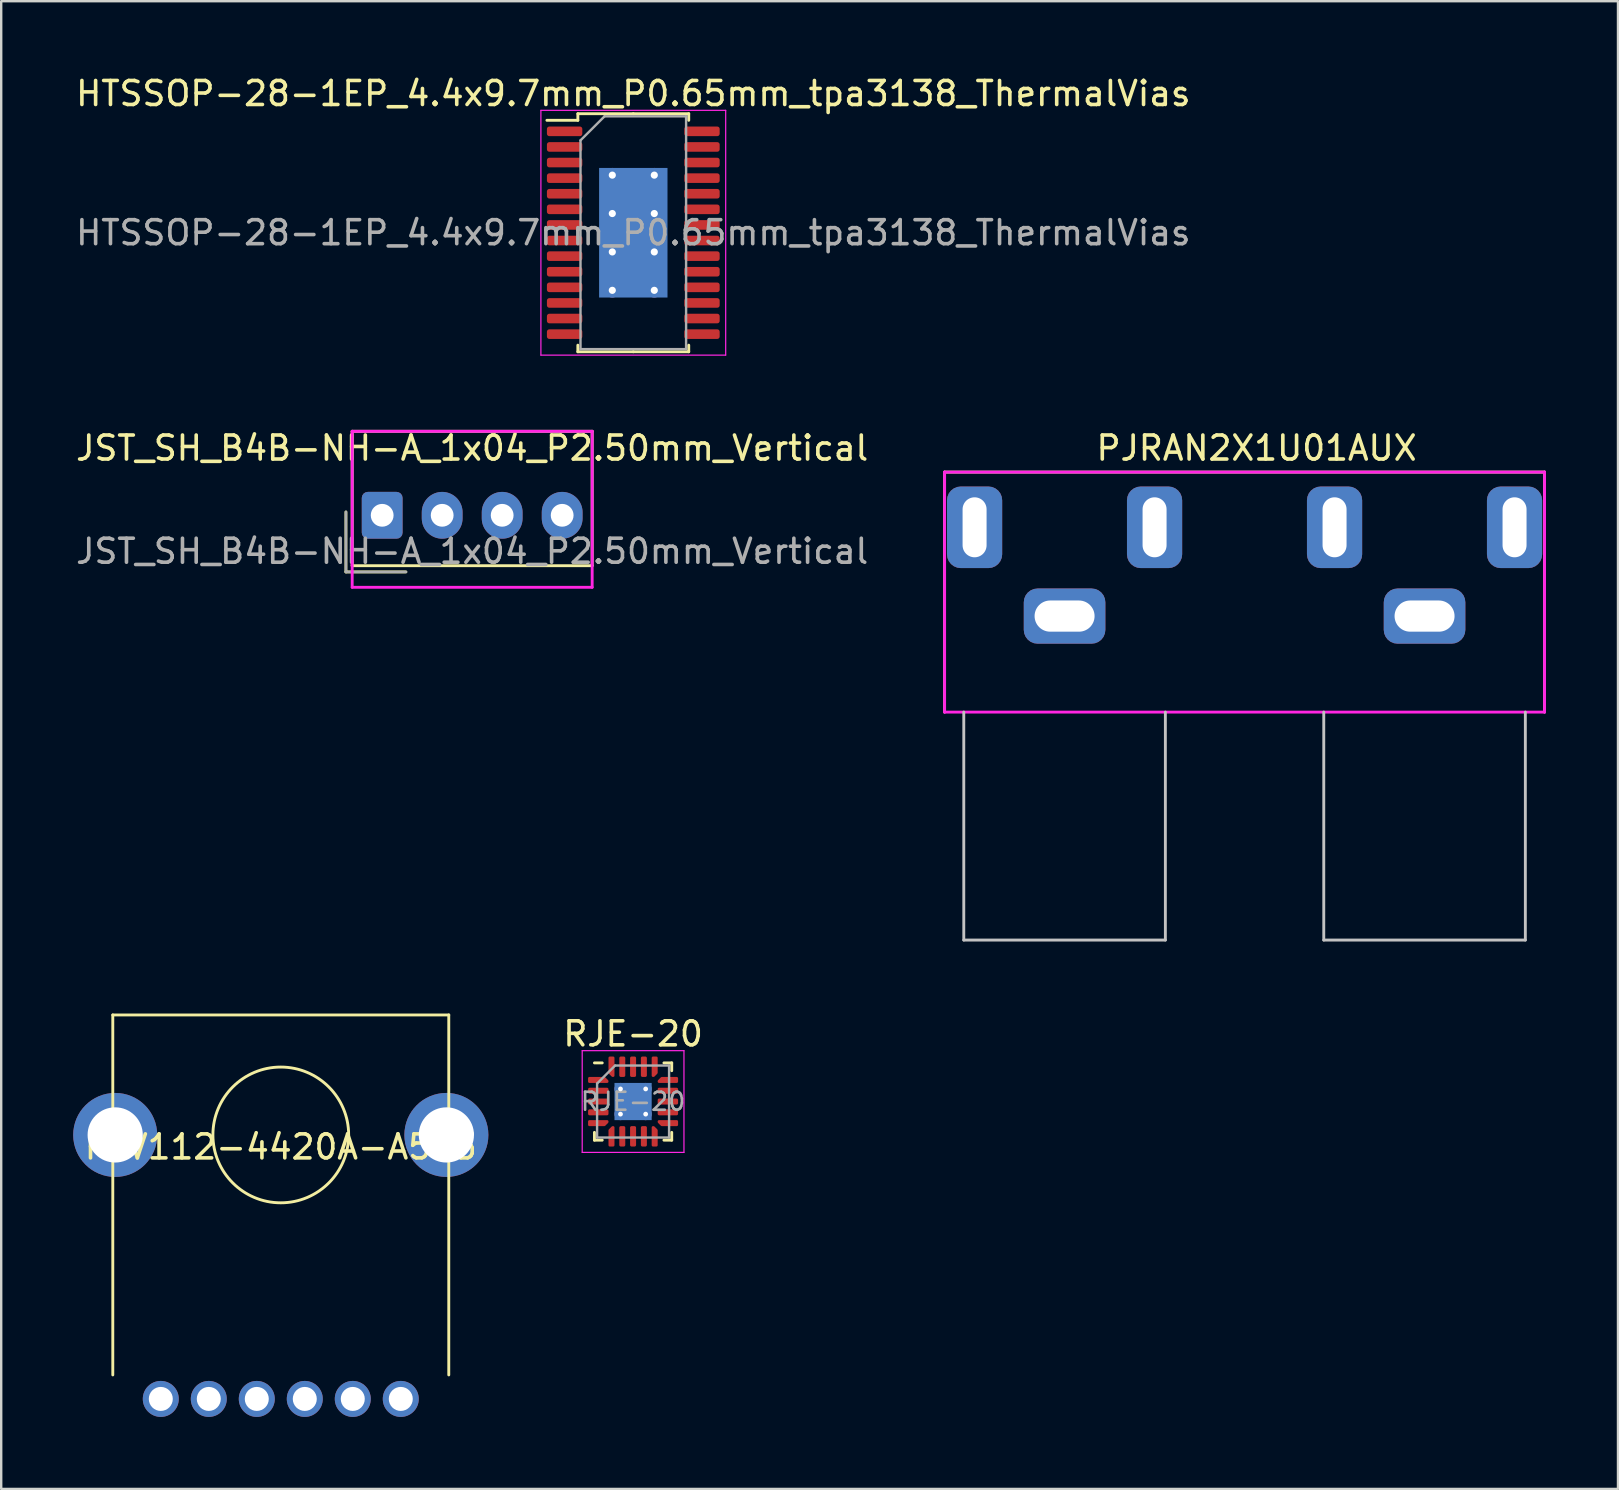
<source format=kicad_pcb>
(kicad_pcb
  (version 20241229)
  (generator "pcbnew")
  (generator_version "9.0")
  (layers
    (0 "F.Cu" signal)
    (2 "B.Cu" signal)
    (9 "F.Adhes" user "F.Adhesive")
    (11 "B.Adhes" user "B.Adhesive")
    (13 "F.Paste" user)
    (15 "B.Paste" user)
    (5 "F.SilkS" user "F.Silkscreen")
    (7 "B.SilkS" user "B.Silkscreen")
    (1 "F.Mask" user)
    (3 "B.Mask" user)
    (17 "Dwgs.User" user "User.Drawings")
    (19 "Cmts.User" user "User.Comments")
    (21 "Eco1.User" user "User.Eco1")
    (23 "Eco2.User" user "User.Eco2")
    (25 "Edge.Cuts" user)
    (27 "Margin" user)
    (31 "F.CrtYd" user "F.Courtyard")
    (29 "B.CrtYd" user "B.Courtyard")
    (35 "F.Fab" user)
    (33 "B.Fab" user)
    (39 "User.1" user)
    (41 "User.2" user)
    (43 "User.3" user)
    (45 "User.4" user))
  (footprint "PTV112-4420A-A503"
    (layer "F.Cu")
    (at 8.65 44.242)
    (property "Reference" "PTV112-4420A-A503" (at 0 0.5 0) (layer "F.SilkS") (effects (font (size 1 1) (thickness 0.15))))
    (attr through_hole)
    (fp_line (start -7 -5) (end 7 -5) (stroke (width 0.12) (type solid)) (layer "F.SilkS"))
    (fp_line (start -7 10) (end -7 -5) (stroke (width 0.12) (type solid)) (layer "F.SilkS"))
    (fp_line (start 7 -5) (end 7 10) (stroke (width 0.12) (type solid)) (layer "F.SilkS"))
    (fp_circle (center 0 0) (end 2 2) (stroke (width 0.12) (type solid)) (fill no) (layer "F.SilkS"))
    (pad "0" thru_hole circle (at -6.9 0) (size 3.5 3.5) (drill 2.3) (layers "*.Cu" "*.Mask"))
    (pad "0" thru_hole circle (at 6.9 0) (size 3.5 3.5) (drill 2.3) (layers "*.Cu" "*.Mask"))
    (pad "1" thru_hole circle (at -1 11) (size 1.5 1.5) (drill 1) (layers "*.Cu" "*.Mask"))
    (pad "2" thru_hole circle (at 1 11) (size 1.5 1.5) (drill 1) (layers "*.Cu" "*.Mask"))
    (pad "3" thru_hole circle (at 3 11) (size 1.5 1.5) (drill 1) (layers "*.Cu" "*.Mask"))
    (pad "4" thru_hole circle (at -3 11) (size 1.5 1.5) (drill 1) (layers "*.Cu" "*.Mask"))
    (pad "5" thru_hole circle (at -5 11) (size 1.5 1.5) (drill 1) (layers "*.Cu" "*.Mask"))
    (pad "6" thru_hole circle (at 5 11) (size 1.5 1.5) (drill 1) (layers "*.Cu" "*.Mask")))
  (footprint "HTSSOP-28-1EP_4.4x9.7mm_P0.65mm_tpa3138_ThermalVias"
    (layer "F.Cu")
    (at 23.339 6.648)
    (property "Reference" "HTSSOP-28-1EP_4.4x9.7mm_P0.65mm_tpa3138_ThermalVias" (at 0 -5.8 180) (layer "F.SilkS") (effects (font (size 1 1) (thickness 0.15))))
    (attr smd)
    (fp_line (start -2.31 -4.96) (end -2.31 -4.685) (stroke (width 0.12) (type solid)) (layer "F.SilkS"))
    (fp_line (start -2.31 -4.685) (end -3.6 -4.685) (stroke (width 0.12) (type solid)) (layer "F.SilkS"))
    (fp_line (start -2.31 4.96) (end -2.31 4.685) (stroke (width 0.12) (type solid)) (layer "F.SilkS"))
    (fp_line (start 0 -4.96) (end -2.31 -4.96) (stroke (width 0.12) (type solid)) (layer "F.SilkS"))
    (fp_line (start 0 -4.96) (end 2.31 -4.96) (stroke (width 0.12) (type solid)) (layer "F.SilkS"))
    (fp_line (start 0 4.96) (end -2.31 4.96) (stroke (width 0.12) (type solid)) (layer "F.SilkS"))
    (fp_line (start 0 4.96) (end 2.31 4.96) (stroke (width 0.12) (type solid)) (layer "F.SilkS"))
    (fp_line (start 2.31 -4.96) (end 2.31 -4.685) (stroke (width 0.12) (type solid)) (layer "F.SilkS"))
    (fp_line (start 2.31 4.96) (end 2.31 4.685) (stroke (width 0.12) (type solid)) (layer "F.SilkS"))
    (fp_line (start -3.85 -5.1) (end -3.85 5.1) (stroke (width 0.05) (type solid)) (layer "F.CrtYd"))
    (fp_line (start -3.85 5.1) (end 3.85 5.1) (stroke (width 0.05) (type solid)) (layer "F.CrtYd"))
    (fp_line (start 3.85 -5.1) (end -3.85 -5.1) (stroke (width 0.05) (type solid)) (layer "F.CrtYd"))
    (fp_line (start 3.85 5.1) (end 3.85 -5.1) (stroke (width 0.05) (type solid)) (layer "F.CrtYd"))
    (fp_line (start -2.2 -3.85) (end -1.2 -4.85) (stroke (width 0.1) (type solid)) (layer "F.Fab"))
    (fp_line (start -2.2 4.85) (end -2.2 -3.85) (stroke (width 0.1) (type solid)) (layer "F.Fab"))
    (fp_line (start -1.2 -4.85) (end 2.2 -4.85) (stroke (width 0.1) (type solid)) (layer "F.Fab"))
    (fp_line (start 2.2 -4.85) (end 2.2 4.85) (stroke (width 0.1) (type solid)) (layer "F.Fab"))
    (fp_line (start 2.2 4.85) (end -2.2 4.85) (stroke (width 0.1) (type solid)) (layer "F.Fab"))
    (fp_text user "${REFERENCE}" (at 0 0 180) (layer "F.Fab") (effects (font (size 1 1) (thickness 0.15))))
    (pad "" smd roundrect (at 0 0) (size 2.3 1.45) (layers "F.Paste") (roundrect_rratio 0.172))
    (pad "1" smd roundrect (at -2.862 -4.225) (size 1.475 0.4) (layers "F.Cu" "F.Mask" "F.Paste") (roundrect_rratio 0.25))
    (pad "2" smd roundrect (at -2.862 -3.575) (size 1.475 0.4) (layers "F.Cu" "F.Mask" "F.Paste") (roundrect_rratio 0.25))
    (pad "3" smd roundrect (at -2.862 -2.925) (size 1.475 0.4) (layers "F.Cu" "F.Mask" "F.Paste") (roundrect_rratio 0.25))
    (pad "4" smd roundrect (at -2.862 -2.275) (size 1.475 0.4) (layers "F.Cu" "F.Mask" "F.Paste") (roundrect_rratio 0.25))
    (pad "5" smd roundrect (at -2.862 -1.625) (size 1.475 0.4) (layers "F.Cu" "F.Mask" "F.Paste") (roundrect_rratio 0.25))
    (pad "6" smd roundrect (at -2.862 -0.975) (size 1.475 0.4) (layers "F.Cu" "F.Mask" "F.Paste") (roundrect_rratio 0.25))
    (pad "7" smd roundrect (at -2.862 -0.325) (size 1.475 0.4) (layers "F.Cu" "F.Mask" "F.Paste") (roundrect_rratio 0.25))
    (pad "8" smd roundrect (at -2.862 0.325) (size 1.475 0.4) (layers "F.Cu" "F.Mask" "F.Paste") (roundrect_rratio 0.25))
    (pad "9" smd roundrect (at -2.862 0.975) (size 1.475 0.4) (layers "F.Cu" "F.Mask" "F.Paste") (roundrect_rratio 0.25))
    (pad "10" smd roundrect (at -2.862 1.625) (size 1.475 0.4) (layers "F.Cu" "F.Mask" "F.Paste") (roundrect_rratio 0.25))
    (pad "11" smd roundrect (at -2.862 2.275) (size 1.475 0.4) (layers "F.Cu" "F.Mask" "F.Paste") (roundrect_rratio 0.25))
    (pad "12" smd roundrect (at -2.862 2.925) (size 1.475 0.4) (layers "F.Cu" "F.Mask" "F.Paste") (roundrect_rratio 0.25))
    (pad "13" smd roundrect (at -2.862 3.575) (size 1.475 0.4) (layers "F.Cu" "F.Mask" "F.Paste") (roundrect_rratio 0.25))
    (pad "14" smd roundrect (at -2.862 4.225) (size 1.475 0.4) (layers "F.Cu" "F.Mask" "F.Paste") (roundrect_rratio 0.25))
    (pad "15" smd roundrect (at 2.862 4.225) (size 1.475 0.4) (layers "F.Cu" "F.Mask" "F.Paste") (roundrect_rratio 0.25))
    (pad "16" smd roundrect (at 2.862 3.575) (size 1.475 0.4) (layers "F.Cu" "F.Mask" "F.Paste") (roundrect_rratio 0.25))
    (pad "17" smd roundrect (at 2.862 2.925) (size 1.475 0.4) (layers "F.Cu" "F.Mask" "F.Paste") (roundrect_rratio 0.25))
    (pad "18" smd roundrect (at 2.862 2.275) (size 1.475 0.4) (layers "F.Cu" "F.Mask" "F.Paste") (roundrect_rratio 0.25))
    (pad "19" smd roundrect (at 2.862 1.625) (size 1.475 0.4) (layers "F.Cu" "F.Mask" "F.Paste") (roundrect_rratio 0.25))
    (pad "20" smd roundrect (at 2.862 0.975) (size 1.475 0.4) (layers "F.Cu" "F.Mask" "F.Paste") (roundrect_rratio 0.25))
    (pad "21" smd roundrect (at 2.862 0.325) (size 1.475 0.4) (layers "F.Cu" "F.Mask" "F.Paste") (roundrect_rratio 0.25))
    (pad "22" smd roundrect (at 2.862 -0.325) (size 1.475 0.4) (layers "F.Cu" "F.Mask" "F.Paste") (roundrect_rratio 0.25))
    (pad "23" smd roundrect (at 2.862 -0.975) (size 1.475 0.4) (layers "F.Cu" "F.Mask" "F.Paste") (roundrect_rratio 0.25))
    (pad "24" smd roundrect (at 2.862 -1.625) (size 1.475 0.4) (layers "F.Cu" "F.Mask" "F.Paste") (roundrect_rratio 0.25))
    (pad "25" smd roundrect (at 2.862 -2.275) (size 1.475 0.4) (layers "F.Cu" "F.Mask" "F.Paste") (roundrect_rratio 0.25))
    (pad "26" smd roundrect (at 2.862 -2.925) (size 1.475 0.4) (layers "F.Cu" "F.Mask" "F.Paste") (roundrect_rratio 0.25))
    (pad "27" smd roundrect (at 2.862 -3.575) (size 1.475 0.4) (layers "F.Cu" "F.Mask" "F.Paste") (roundrect_rratio 0.25))
    (pad "28" smd roundrect (at 2.862 -4.225) (size 1.475 0.4) (layers "F.Cu" "F.Mask" "F.Paste") (roundrect_rratio 0.25))
    (pad "29" thru_hole circle (at -0.875 -2.4) (size 0.6 0.6) (drill 0.3) (layers "*.Cu"))
    (pad "29" thru_hole circle (at -0.875 -0.8) (size 0.6 0.6) (drill 0.3) (layers "*.Cu"))
    (pad "29" thru_hole circle (at -0.875 0.8) (size 0.6 0.6) (drill 0.3) (layers "*.Cu"))
    (pad "29" thru_hole circle (at -0.875 2.4) (size 0.6 0.6) (drill 0.3) (layers "*.Cu"))
    (pad "29" smd rect (at 0 0) (size 2.34 3.04) (layers "F.Cu" "F.Mask"))
    (pad "29" smd rect (at 0 0) (size 2.85 5.4) (layers "B.Cu"))
    (pad "29" thru_hole circle (at 0.875 -2.4) (size 0.6 0.6) (drill 0.3) (layers "*.Cu"))
    (pad "29" thru_hole circle (at 0.875 -0.8) (size 0.6 0.6) (drill 0.3) (layers "*.Cu"))
    (pad "29" thru_hole circle (at 0.875 0.8) (size 0.6 0.6) (drill 0.3) (layers "*.Cu"))
    (pad "29" thru_hole circle (at 0.875 2.4) (size 0.6 0.6) (drill 0.3) (layers "*.Cu")))
  (footprint "JST_SH_B4B-NH-A_1x04_P2.50mm_Vertical"
    (layer "F.Cu")
    (at 12.875 18.422)
    (property "Reference" "JST_SH_B4B-NH-A_1x04_P2.50mm_Vertical" (at 3.75 -2.8 0) (layer "F.SilkS") (effects (font (size 1 1) (thickness 0.15))))
    (attr through_hole)
    (fp_line (start -1.51 -0.14) (end -1.51 2.36) (stroke (width 0.12) (type solid)) (layer "F.SilkS"))
    (fp_line (start -1.51 2.36) (end 0.99 2.36) (stroke (width 0.12) (type solid)) (layer "F.SilkS"))
    (fp_line (start -1.25 -3.5) (end -1.25 2.1) (stroke (width 0.12) (type solid)) (layer "F.SilkS"))
    (fp_line (start -1.25 -3.5) (end 8.75 -3.5) (stroke (width 0.12) (type solid)) (layer "F.SilkS"))
    (fp_line (start 8.75 -3.5) (end 8.75 2.1) (stroke (width 0.12) (type solid)) (layer "F.SilkS"))
    (fp_line (start 8.75 2.1) (end -1.25 2.1) (stroke (width 0.12) (type solid)) (layer "F.SilkS"))
    (fp_line (start -1.25 -3.5) (end -1.25 3) (stroke (width 0.12) (type solid)) (layer "F.CrtYd"))
    (fp_line (start -1.25 -3.5) (end 8.75 -3.5) (stroke (width 0.12) (type solid)) (layer "F.CrtYd"))
    (fp_line (start -1.25 3) (end 8.75 3) (stroke (width 0.12) (type solid)) (layer "F.CrtYd"))
    (fp_line (start 8.75 3) (end 8.75 -3.5) (stroke (width 0.12) (type solid)) (layer "F.CrtYd"))
    (fp_line (start -1.51 -0.14) (end -1.51 2.36) (stroke (width 0.1) (type solid)) (layer "F.Fab"))
    (fp_line (start -1.51 2.36) (end 0.99 2.36) (stroke (width 0.1) (type solid)) (layer "F.Fab"))
    (fp_text user "${REFERENCE}" (at 3.75 1.5 0) (layer "F.Fab") (effects (font (size 1 1) (thickness 0.15))))
    (pad "1" thru_hole roundrect (at 0 0) (size 1.7 1.95) (drill 0.95) (layers "*.Cu" "*.Mask") (roundrect_rratio 0.147))
    (pad "2" thru_hole oval (at 2.5 0) (size 1.7 1.95) (drill 0.95) (layers "*.Cu" "*.Mask"))
    (pad "3" thru_hole oval (at 5 0) (size 1.7 1.95) (drill 0.95) (layers "*.Cu" "*.Mask"))
    (pad "4" thru_hole oval (at 7.5 0) (size 1.7 1.95) (drill 0.95) (layers "*.Cu" "*.Mask")))
  (footprint "PJRAN2X1U01AUX"
    (layer "F.Cu")
    (at 41.31 22.622)
    (property "Reference" "PJRAN2X1U01AUX" (at 8 -7 0) (layer "F.SilkS") (effects (font (size 1 1) (thickness 0.15))))
    (attr through_hole)
    (fp_line (start -5 -6) (end 20 -6) (stroke (width 0.12) (type solid)) (layer "F.SilkS"))
    (fp_line (start -5 4) (end -5 -6) (stroke (width 0.12) (type solid)) (layer "F.SilkS"))
    (fp_line (start 20 -6) (end 20 4) (stroke (width 0.12) (type solid)) (layer "F.SilkS"))
    (fp_line (start -4.2 13.5) (end -4.2 4) (stroke (width 0.12) (type solid)) (layer "Dwgs.User"))
    (fp_line (start -4.2 13.5) (end 4.2 13.5) (stroke (width 0.12) (type solid)) (layer "Dwgs.User"))
    (fp_line (start 4.2 13.5) (end 4.2 4) (stroke (width 0.12) (type solid)) (layer "Dwgs.User"))
    (fp_line (start 10.8 13.5) (end 10.8 4) (stroke (width 0.12) (type solid)) (layer "Dwgs.User"))
    (fp_line (start 10.8 13.5) (end 19.2 13.5) (stroke (width 0.12) (type solid)) (layer "Dwgs.User"))
    (fp_line (start 19.2 13.5) (end 19.2 4) (stroke (width 0.12) (type solid)) (layer "Dwgs.User"))
    (fp_line (start -5 4) (end -5 -6) (stroke (width 0.12) (type solid)) (layer "F.CrtYd"))
    (fp_line (start -5 4) (end 20 4) (stroke (width 0.12) (type solid)) (layer "F.CrtYd"))
    (fp_line (start 20 -6) (end -5 -6) (stroke (width 0.12) (type solid)) (layer "F.CrtYd"))
    (fp_line (start 20 4) (end 20 -6) (stroke (width 0.12) (type solid)) (layer "F.CrtYd"))
    (pad "1" thru_hole roundrect (at -3.75 -3.7) (size 2.3 3.4) (drill oval 1 2.5) (layers "*.Cu" "*.Mask") (roundrect_rratio 0.25))
    (pad "2" thru_hole roundrect (at 11.25 -3.7) (size 2.3 3.4) (drill oval 1 2.5) (layers "*.Cu" "*.Mask") (roundrect_rratio 0.25))
    (pad "3" thru_hole roundrect (at 0 0) (size 3.4 2.3) (drill oval 2.5 1.3) (layers "*.Cu" "*.Mask") (roundrect_rratio 0.25))
    (pad "3" thru_hole roundrect (at 15 0) (size 3.4 2.3) (drill oval 2.5 1.3) (layers "*.Cu" "*.Mask") (roundrect_rratio 0.25))
    (pad "4" thru_hole roundrect (at 3.75 -3.7) (size 2.3 3.4) (drill oval 1 2.5) (layers "*.Cu" "*.Mask") (roundrect_rratio 0.25))
    (pad "5" thru_hole roundrect (at 18.75 -3.7) (size 2.3 3.4) (drill oval 1 2.5) (layers "*.Cu" "*.Mask") (roundrect_rratio 0.25)))
  (footprint "RJE-20"
    (layer "F.Cu")
    (at 23.33 42.85)
    (property "Reference" "RJE-20" (at 0 -2.82 0) (layer "F.SilkS") (effects (font (size 1 1) (thickness 0.15))))
    (attr smd)
    (fp_line (start -1.61 1.61) (end -1.61 1.285) (stroke (width 0.12) (type solid)) (layer "F.SilkS"))
    (fp_line (start -1.285 -1.61) (end -1.61 -1.61) (stroke (width 0.12) (type solid)) (layer "F.SilkS"))
    (fp_line (start -1.285 1.61) (end -1.61 1.61) (stroke (width 0.12) (type solid)) (layer "F.SilkS"))
    (fp_line (start 1.285 -1.61) (end 1.61 -1.61) (stroke (width 0.12) (type solid)) (layer "F.SilkS"))
    (fp_line (start 1.285 1.61) (end 1.61 1.61) (stroke (width 0.12) (type solid)) (layer "F.SilkS"))
    (fp_line (start 1.61 -1.61) (end 1.61 -1.285) (stroke (width 0.12) (type solid)) (layer "F.SilkS"))
    (fp_line (start 1.61 1.61) (end 1.61 1.285) (stroke (width 0.12) (type solid)) (layer "F.SilkS"))
    (fp_line (start -2.12 -2.12) (end -2.12 2.12) (stroke (width 0.05) (type solid)) (layer "F.CrtYd"))
    (fp_line (start -2.12 2.12) (end 2.12 2.12) (stroke (width 0.05) (type solid)) (layer "F.CrtYd"))
    (fp_line (start 2.12 -2.12) (end -2.12 -2.12) (stroke (width 0.05) (type solid)) (layer "F.CrtYd"))
    (fp_line (start 2.12 2.12) (end 2.12 -2.12) (stroke (width 0.05) (type solid)) (layer "F.CrtYd"))
    (fp_line (start -1.5 -0.75) (end -0.75 -1.5) (stroke (width 0.1) (type solid)) (layer "F.Fab"))
    (fp_line (start -1.5 1.5) (end -1.5 -0.75) (stroke (width 0.1) (type solid)) (layer "F.Fab"))
    (fp_line (start -0.75 -1.5) (end 1.5 -1.5) (stroke (width 0.1) (type solid)) (layer "F.Fab"))
    (fp_line (start 1.5 -1.5) (end 1.5 1.5) (stroke (width 0.1) (type solid)) (layer "F.Fab"))
    (fp_line (start 1.5 1.5) (end -1.5 1.5) (stroke (width 0.1) (type solid)) (layer "F.Fab"))
    (fp_text user "${REFERENCE}" (at 0 0 0) (layer "F.Fab") (effects (font (size 0.75 0.75) (thickness 0.11))))
    (pad "" smd roundrect (at 0.123 0) (size 0.67 0.67) (layers "F.Paste") (roundrect_rratio 0.25))
    (pad "1" smd custom (at -1.45 -0.9) (size 0.144 0.144) (layers "F.Cu" "F.Mask" "F.Paste") (options (anchor circle)) (primitives (gr_poly (pts (xy -0.375 -0.075) (xy 0.254 -0.075) (xy 0.375 0.046) (xy 0.375 0.075) (xy -0.375 0.075)) (width 0.1) (fill yes))))
    (pad "2" smd roundrect (at -1.45 -0.45) (size 0.85 0.25) (layers "F.Cu" "F.Mask" "F.Paste") (roundrect_rratio 0.25))
    (pad "3" smd roundrect (at -1.45 0) (size 0.85 0.25) (layers "F.Cu" "F.Mask" "F.Paste") (roundrect_rratio 0.25))
    (pad "4" smd roundrect (at -1.45 0.45) (size 0.85 0.25) (layers "F.Cu" "F.Mask" "F.Paste") (roundrect_rratio 0.25))
    (pad "5" smd custom (at -1.45 0.9) (size 0.144 0.144) (layers "F.Cu" "F.Mask" "F.Paste") (options (anchor circle)) (primitives (gr_poly (pts (xy -0.375 -0.075) (xy 0.375 -0.075) (xy 0.375 -0.046) (xy 0.254 0.075) (xy -0.375 0.075)) (width 0.1) (fill yes))))
    (pad "6" smd custom (at -0.9 1.45) (size 0.144 0.144) (layers "F.Cu" "F.Mask" "F.Paste") (options (anchor circle)) (primitives (gr_poly (pts (xy -0.075 -0.254) (xy 0.046 -0.375) (xy 0.075 -0.375) (xy 0.075 0.375) (xy -0.075 0.375)) (width 0.1) (fill yes))))
    (pad "7" smd roundrect (at -0.45 1.45) (size 0.25 0.85) (layers "F.Cu" "F.Mask" "F.Paste") (roundrect_rratio 0.25))
    (pad "8" smd roundrect (at 0 1.45) (size 0.25 0.85) (layers "F.Cu" "F.Mask" "F.Paste") (roundrect_rratio 0.25))
    (pad "9" smd roundrect (at 0.45 1.45) (size 0.25 0.85) (layers "F.Cu" "F.Mask" "F.Paste") (roundrect_rratio 0.25))
    (pad "10" smd custom (at 0.9 1.45) (size 0.144 0.144) (layers "F.Cu" "F.Mask" "F.Paste") (options (anchor circle)) (primitives (gr_poly (pts (xy -0.075 -0.375) (xy -0.046 -0.375) (xy 0.075 -0.254) (xy 0.075 0.375) (xy -0.075 0.375)) (width 0.1) (fill yes))))
    (pad "11" smd custom (at 1.45 0.9) (size 0.144 0.144) (layers "F.Cu" "F.Mask" "F.Paste") (options (anchor circle)) (primitives (gr_poly (pts (xy -0.375 -0.075) (xy 0.375 -0.075) (xy 0.375 0.075) (xy -0.254 0.075) (xy -0.375 -0.046)) (width 0.1) (fill yes))))
    (pad "12" smd roundrect (at 1.45 0.45) (size 0.85 0.25) (layers "F.Cu" "F.Mask" "F.Paste") (roundrect_rratio 0.25))
    (pad "13" smd roundrect (at 1.45 0) (size 0.85 0.25) (layers "F.Cu" "F.Mask" "F.Paste") (roundrect_rratio 0.25))
    (pad "14" smd roundrect (at 1.45 -0.45) (size 0.85 0.25) (layers "F.Cu" "F.Mask" "F.Paste") (roundrect_rratio 0.25))
    (pad "15" smd custom (at 1.45 -0.9) (size 0.144 0.144) (layers "F.Cu" "F.Mask" "F.Paste") (options (anchor circle)) (primitives (gr_poly (pts (xy -0.375 0.046) (xy -0.254 -0.075) (xy 0.375 -0.075) (xy 0.375 0.075) (xy -0.375 0.075)) (width 0.1) (fill yes))))
    (pad "16" smd custom (at 0.9 -1.45) (size 0.144 0.144) (layers "F.Cu" "F.Mask" "F.Paste") (options (anchor circle)) (primitives (gr_poly (pts (xy -0.075 -0.375) (xy 0.075 -0.375) (xy 0.075 0.254) (xy -0.046 0.375) (xy -0.075 0.375)) (width 0.1) (fill yes))))
    (pad "17" smd roundrect (at 0.45 -1.45) (size 0.25 0.85) (layers "F.Cu" "F.Mask" "F.Paste") (roundrect_rratio 0.25))
    (pad "18" smd roundrect (at 0 -1.45) (size 0.25 0.85) (layers "F.Cu" "F.Mask" "F.Paste") (roundrect_rratio 0.25))
    (pad "19" smd roundrect (at -0.45 -1.45) (size 0.25 0.85) (layers "F.Cu" "F.Mask" "F.Paste") (roundrect_rratio 0.25))
    (pad "20" smd custom (at -0.9 -1.45) (size 0.144 0.144) (layers "F.Cu" "F.Mask" "F.Paste") (options (anchor circle)) (primitives (gr_poly (pts (xy -0.075 -0.375) (xy 0.075 -0.375) (xy 0.075 0.375) (xy 0.046 0.375) (xy -0.075 0.254)) (width 0.1) (fill yes))))
    (pad "21" thru_hole circle (at -0.525 -0.525) (size 0.5 0.5) (drill 0.2) (layers "*.Cu"))
    (pad "21" thru_hole circle (at -0.525 0.525) (size 0.5 0.5) (drill 0.2) (layers "*.Cu"))
    (pad "21" smd rect (at 0 0) (size 1.55 1.55) (layers "B.Cu"))
    (pad "21" smd rect (at 0.123 0) (size 0.926 0.975) (layers "F.Cu" "F.Mask"))
    (pad "21" thru_hole circle (at 0.525 -0.525) (size 0.5 0.5) (drill 0.2) (layers "*.Cu"))
    (pad "21" thru_hole circle (at 0.525 0.525) (size 0.5 0.5) (drill 0.2) (layers "*.Cu")))
  (gr_rect
    (start -3 -3)
    (end 64.37 58.992)
    (stroke (width 0.1) (type default))
    (fill no)
    (layer "Edge.Cuts")))
</source>
